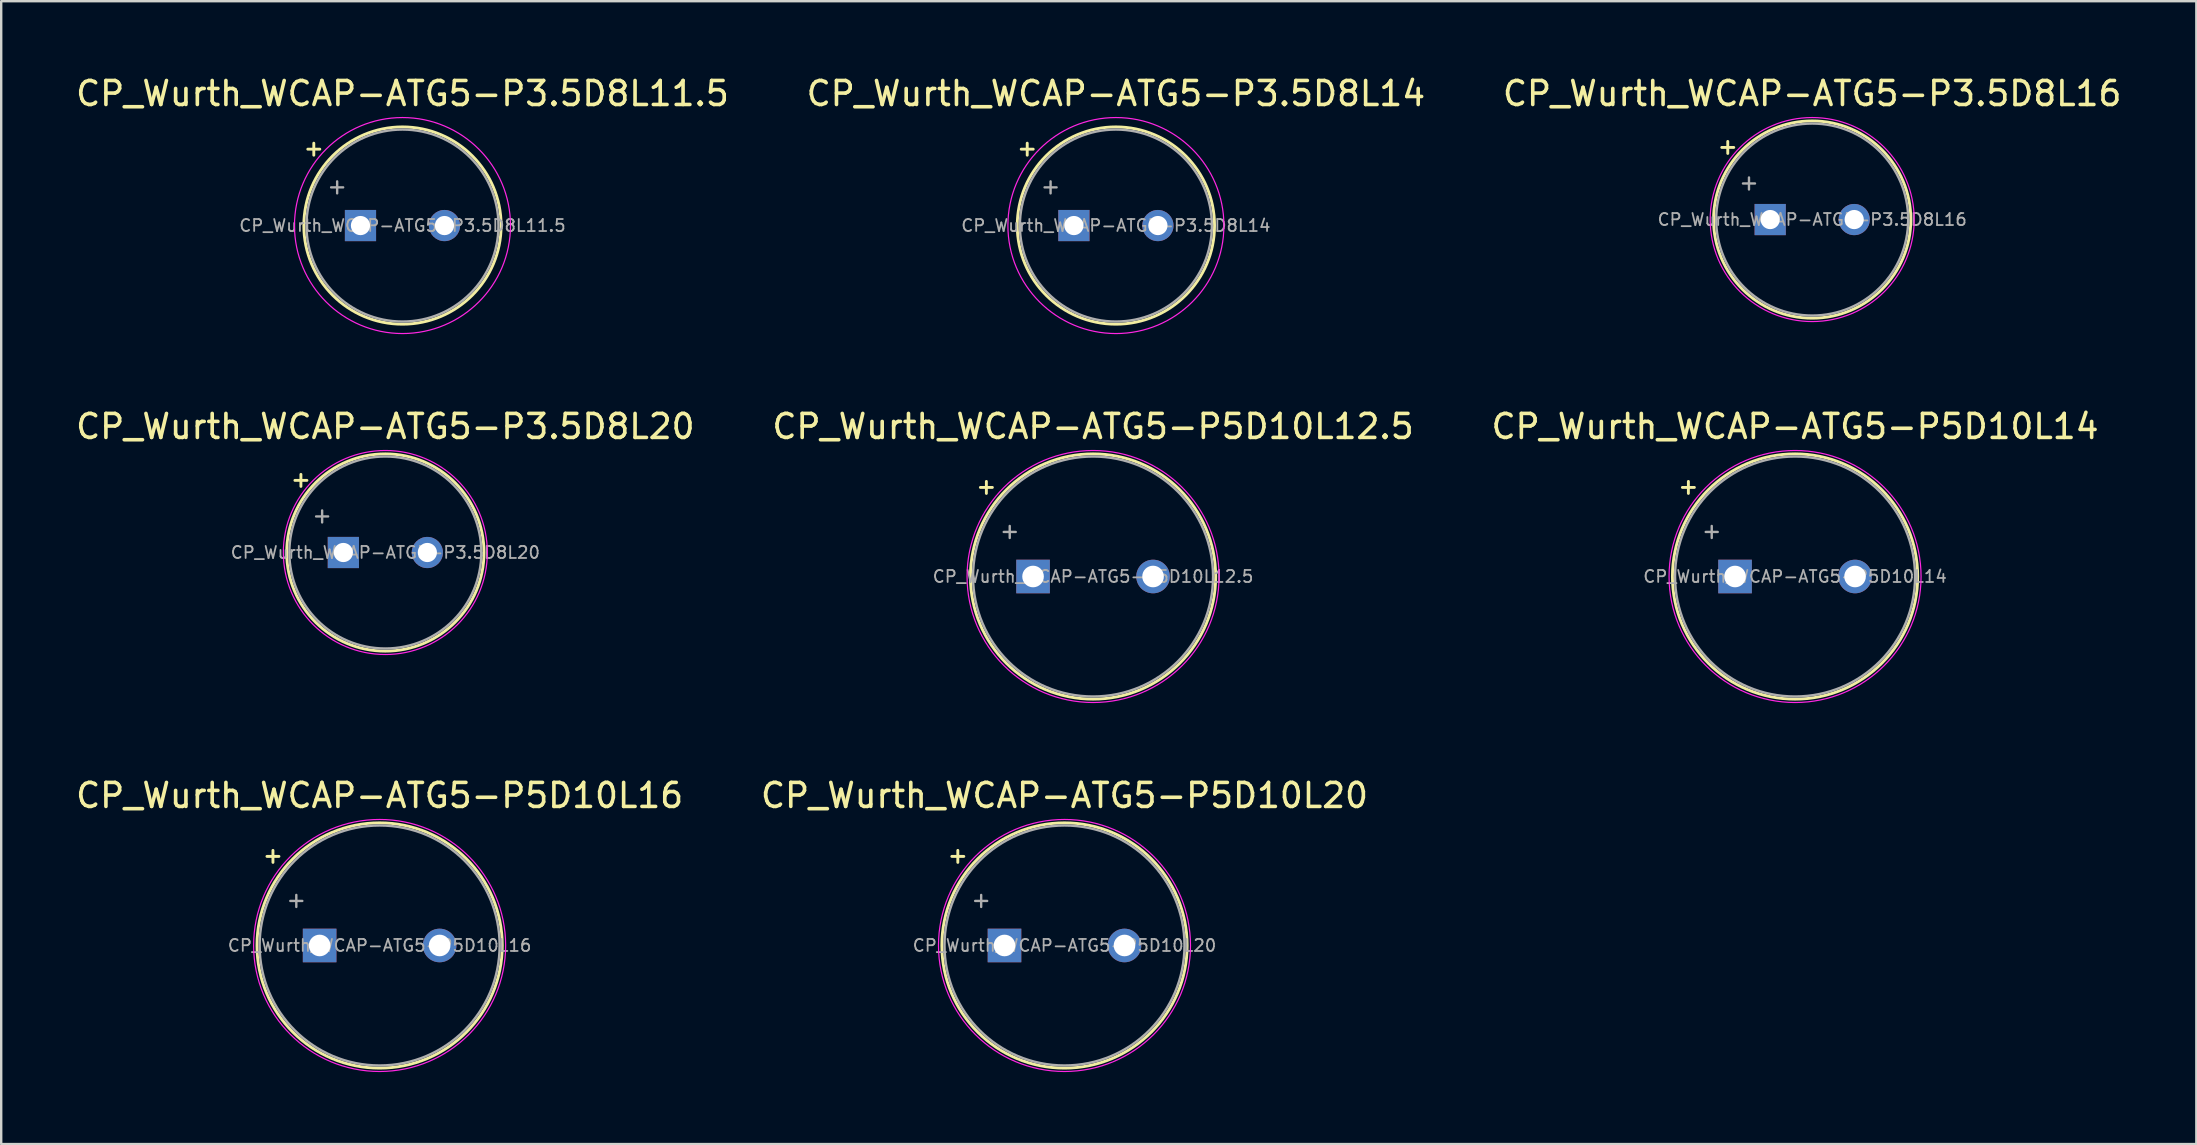
<source format=kicad_pcb>
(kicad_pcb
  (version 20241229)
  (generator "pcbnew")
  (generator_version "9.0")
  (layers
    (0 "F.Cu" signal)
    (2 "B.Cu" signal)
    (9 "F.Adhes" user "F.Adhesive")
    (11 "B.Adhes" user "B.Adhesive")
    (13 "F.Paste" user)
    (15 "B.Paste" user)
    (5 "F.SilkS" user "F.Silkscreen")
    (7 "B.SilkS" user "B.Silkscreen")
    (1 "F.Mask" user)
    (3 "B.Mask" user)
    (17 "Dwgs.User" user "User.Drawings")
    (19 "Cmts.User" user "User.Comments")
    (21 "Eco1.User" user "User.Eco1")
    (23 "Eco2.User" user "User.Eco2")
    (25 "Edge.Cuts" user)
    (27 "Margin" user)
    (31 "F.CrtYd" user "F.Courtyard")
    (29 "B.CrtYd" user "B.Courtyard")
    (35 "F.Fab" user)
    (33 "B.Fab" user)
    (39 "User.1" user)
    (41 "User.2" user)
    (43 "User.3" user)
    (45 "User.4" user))
  (footprint "CP_Wurth_WCAP-ATG5-P5D10L16"
    (layer "F.Cu")
    (at 10.268 36.345)
    (property "Reference" "CP_Wurth_WCAP-ATG5-P5D10L16" (at 2.5 -6.25 0) (unlocked yes) (layer "F.SilkS") (effects (font (size 1 1) (thickness 0.15))))
    (attr through_hole)
    (fp_line (start -2.195 -3.712) (end -1.695 -3.712) (stroke (width 0.12) (type solid)) (layer "F.SilkS"))
    (fp_line (start -1.945 -3.462) (end -1.945 -3.962) (stroke (width 0.12) (type solid)) (layer "F.SilkS"))
    (fp_circle (center 2.5 0) (end 7.61 0) (stroke (width 0.12) (type solid)) (fill no) (layer "F.SilkS"))
    (fp_circle (center 2.5 0) (end 7.75 0) (stroke (width 0.05) (type solid)) (fill no) (layer "F.CrtYd"))
    (fp_line (start -1.222 -1.856) (end -0.722 -1.856) (stroke (width 0.1) (type default)) (layer "F.Fab"))
    (fp_line (start -0.972 -1.606) (end -0.972 -2.106) (stroke (width 0.1) (type default)) (layer "F.Fab"))
    (fp_circle (center 2.5 0) (end 7.5 0) (stroke (width 0.1) (type solid)) (fill no) (layer "F.Fab"))
    (fp_text user "${REFERENCE}" (at 2.5 0 0) (unlocked yes) (layer "F.Fab") (effects (font (size 0.5 0.5) (thickness 0.075))))
    (pad "1" thru_hole rect (at 0 0) (size 1.4 1.4) (drill 0.9) (layers "*.Cu" "*.Mask"))
    (pad "2" thru_hole circle (at 5 0) (size 1.4 1.4) (drill 0.9) (layers "*.Cu" "*.Mask")))
  (footprint "CP_Wurth_WCAP-ATG5-P3.5D8L16"
    (layer "F.Cu")
    (at 70.708 6.098)
    (property "Reference" "CP_Wurth_WCAP-ATG5-P3.5D8L16" (at 1.75 -5.25 0) (unlocked yes) (layer "F.SilkS") (effects (font (size 1 1) (thickness 0.15))))
    (attr through_hole)
    (fp_line (start -2.018 -3.005) (end -1.518 -3.005) (stroke (width 0.12) (type solid)) (layer "F.SilkS"))
    (fp_line (start -1.768 -2.755) (end -1.768 -3.255) (stroke (width 0.12) (type solid)) (layer "F.SilkS"))
    (fp_circle (center 1.75 0) (end 5.86 0) (stroke (width 0.12) (type solid)) (fill no) (layer "F.SilkS"))
    (fp_circle (center 1.75 0) (end 6 0) (stroke (width 0.05) (type solid)) (fill no) (layer "F.CrtYd"))
    (fp_line (start -1.134 -1.503) (end -0.634 -1.503) (stroke (width 0.1) (type default)) (layer "F.Fab"))
    (fp_line (start -0.884 -1.253) (end -0.884 -1.753) (stroke (width 0.1) (type default)) (layer "F.Fab"))
    (fp_circle (center 1.75 0) (end 5.75 0) (stroke (width 0.1) (type solid)) (fill no) (layer "F.Fab"))
    (fp_text user "${REFERENCE}" (at 1.75 0 0) (unlocked yes) (layer "F.Fab") (effects (font (size 0.5 0.5) (thickness 0.075))))
    (pad "1" thru_hole rect (at 0 0) (size 1.3 1.3) (drill 0.8) (layers "*.Cu" "*.Mask"))
    (pad "2" thru_hole circle (at 3.5 0) (size 1.3 1.3) (drill 0.8) (layers "*.Cu" "*.Mask")))
  (footprint "CP_Wurth_WCAP-ATG5-P3.5D8L14"
    (layer "F.Cu")
    (at 41.696 6.348)
    (property "Reference" "CP_Wurth_WCAP-ATG5-P3.5D8L14" (at 1.75 -5.5 0) (unlocked yes) (layer "F.SilkS") (effects (font (size 1 1) (thickness 0.15))))
    (attr through_hole)
    (fp_line (start -2.195 -3.182) (end -1.695 -3.182) (stroke (width 0.12) (type solid)) (layer "F.SilkS"))
    (fp_line (start -1.945 -2.932) (end -1.945 -3.432) (stroke (width 0.12) (type solid)) (layer "F.SilkS"))
    (fp_circle (center 1.75 0) (end 5.86 0) (stroke (width 0.12) (type solid)) (fill no) (layer "F.SilkS"))
    (fp_circle (center 1.75 0) (end 6.25 0) (stroke (width 0.05) (type solid)) (fill no) (layer "F.CrtYd"))
    (fp_line (start -1.222 -1.591) (end -0.722 -1.591) (stroke (width 0.1) (type default)) (layer "F.Fab"))
    (fp_line (start -0.972 -1.341) (end -0.972 -1.841) (stroke (width 0.1) (type default)) (layer "F.Fab"))
    (fp_circle (center 1.75 0) (end 5.75 0) (stroke (width 0.1) (type solid)) (fill no) (layer "F.Fab"))
    (fp_text user "${REFERENCE}" (at 1.75 0 0) (unlocked yes) (layer "F.Fab") (effects (font (size 0.5 0.5) (thickness 0.075))))
    (pad "1" thru_hole rect (at 0 0) (size 1.3 1.3) (drill 0.8) (layers "*.Cu" "*.Mask"))
    (pad "2" thru_hole circle (at 3.5 0) (size 1.3 1.3) (drill 0.8) (layers "*.Cu" "*.Mask")))
  (footprint "CP_Wurth_WCAP-ATG5-P5D10L20"
    (layer "F.Cu")
    (at 38.804 36.345)
    (property "Reference" "CP_Wurth_WCAP-ATG5-P5D10L20" (at 2.5 -6.25 0) (unlocked yes) (layer "F.SilkS") (effects (font (size 1 1) (thickness 0.15))))
    (attr through_hole)
    (fp_line (start -2.195 -3.712) (end -1.695 -3.712) (stroke (width 0.12) (type solid)) (layer "F.SilkS"))
    (fp_line (start -1.945 -3.462) (end -1.945 -3.962) (stroke (width 0.12) (type solid)) (layer "F.SilkS"))
    (fp_circle (center 2.5 0) (end 7.61 0) (stroke (width 0.12) (type solid)) (fill no) (layer "F.SilkS"))
    (fp_circle (center 2.5 0) (end 7.75 0) (stroke (width 0.05) (type solid)) (fill no) (layer "F.CrtYd"))
    (fp_line (start -1.222 -1.856) (end -0.722 -1.856) (stroke (width 0.1) (type default)) (layer "F.Fab"))
    (fp_line (start -0.972 -1.606) (end -0.972 -2.106) (stroke (width 0.1) (type default)) (layer "F.Fab"))
    (fp_circle (center 2.5 0) (end 7.5 0) (stroke (width 0.1) (type solid)) (fill no) (layer "F.Fab"))
    (fp_text user "${REFERENCE}" (at 2.5 0 0) (unlocked yes) (layer "F.Fab") (effects (font (size 0.5 0.5) (thickness 0.075))))
    (pad "1" thru_hole rect (at 0 0) (size 1.4 1.4) (drill 0.9) (layers "*.Cu" "*.Mask"))
    (pad "2" thru_hole circle (at 5 0) (size 1.4 1.4) (drill 0.9) (layers "*.Cu" "*.Mask")))
  (footprint "CP_Wurth_WCAP-ATG5-P5D10L14"
    (layer "F.Cu")
    (at 69.244 20.971)
    (property "Reference" "CP_Wurth_WCAP-ATG5-P5D10L14" (at 2.5 -6.25 0) (unlocked yes) (layer "F.SilkS") (effects (font (size 1 1) (thickness 0.15))))
    (attr through_hole)
    (fp_line (start -2.195 -3.712) (end -1.695 -3.712) (stroke (width 0.12) (type solid)) (layer "F.SilkS"))
    (fp_line (start -1.945 -3.462) (end -1.945 -3.962) (stroke (width 0.12) (type solid)) (layer "F.SilkS"))
    (fp_circle (center 2.5 0) (end 7.61 0) (stroke (width 0.12) (type solid)) (fill no) (layer "F.SilkS"))
    (fp_circle (center 2.5 0) (end 7.75 0) (stroke (width 0.05) (type solid)) (fill no) (layer "F.CrtYd"))
    (fp_line (start -1.222 -1.856) (end -0.722 -1.856) (stroke (width 0.1) (type default)) (layer "F.Fab"))
    (fp_line (start -0.972 -1.606) (end -0.972 -2.106) (stroke (width 0.1) (type default)) (layer "F.Fab"))
    (fp_circle (center 2.5 0) (end 7.5 0) (stroke (width 0.1) (type solid)) (fill no) (layer "F.Fab"))
    (fp_text user "${REFERENCE}" (at 2.5 0 0) (unlocked yes) (layer "F.Fab") (effects (font (size 0.5 0.5) (thickness 0.075))))
    (pad "1" thru_hole rect (at 0 0) (size 1.4 1.4) (drill 0.9) (layers "*.Cu" "*.Mask"))
    (pad "2" thru_hole circle (at 5 0) (size 1.4 1.4) (drill 0.9) (layers "*.Cu" "*.Mask")))
  (footprint "CP_Wurth_WCAP-ATG5-P5D10L12.5"
    (layer "F.Cu")
    (at 39.994 20.971)
    (property "Reference" "CP_Wurth_WCAP-ATG5-P5D10L12.5" (at 2.5 -6.25 0) (unlocked yes) (layer "F.SilkS") (effects (font (size 1 1) (thickness 0.15))))
    (attr through_hole)
    (fp_line (start -2.195 -3.712) (end -1.695 -3.712) (stroke (width 0.12) (type solid)) (layer "F.SilkS"))
    (fp_line (start -1.945 -3.462) (end -1.945 -3.962) (stroke (width 0.12) (type solid)) (layer "F.SilkS"))
    (fp_circle (center 2.5 0) (end 7.61 0) (stroke (width 0.12) (type solid)) (fill no) (layer "F.SilkS"))
    (fp_circle (center 2.5 0) (end 7.75 0) (stroke (width 0.05) (type solid)) (fill no) (layer "F.CrtYd"))
    (fp_line (start -1.222 -1.856) (end -0.722 -1.856) (stroke (width 0.1) (type default)) (layer "F.Fab"))
    (fp_line (start -0.972 -1.606) (end -0.972 -2.106) (stroke (width 0.1) (type default)) (layer "F.Fab"))
    (fp_circle (center 2.5 0) (end 7.5 0) (stroke (width 0.1) (type solid)) (fill no) (layer "F.Fab"))
    (fp_text user "${REFERENCE}" (at 2.5 0 0) (unlocked yes) (layer "F.Fab") (effects (font (size 0.5 0.5) (thickness 0.075))))
    (pad "1" thru_hole rect (at 0 0) (size 1.4 1.4) (drill 0.9) (layers "*.Cu" "*.Mask"))
    (pad "2" thru_hole circle (at 5 0) (size 1.4 1.4) (drill 0.9) (layers "*.Cu" "*.Mask")))
  (footprint "CP_Wurth_WCAP-ATG5-P3.5D8L11.5"
    (layer "F.Cu")
    (at 11.97 6.348)
    (property "Reference" "CP_Wurth_WCAP-ATG5-P3.5D8L11.5" (at 1.75 -5.5 0) (unlocked yes) (layer "F.SilkS") (effects (font (size 1 1) (thickness 0.15))))
    (attr through_hole)
    (fp_line (start -2.195 -3.182) (end -1.695 -3.182) (stroke (width 0.12) (type solid)) (layer "F.SilkS"))
    (fp_line (start -1.945 -2.932) (end -1.945 -3.432) (stroke (width 0.12) (type solid)) (layer "F.SilkS"))
    (fp_circle (center 1.75 0) (end 5.86 0) (stroke (width 0.12) (type solid)) (fill no) (layer "F.SilkS"))
    (fp_circle (center 1.75 0) (end 6.25 0) (stroke (width 0.05) (type solid)) (fill no) (layer "F.CrtYd"))
    (fp_line (start -1.222 -1.591) (end -0.722 -1.591) (stroke (width 0.1) (type default)) (layer "F.Fab"))
    (fp_line (start -0.972 -1.341) (end -0.972 -1.841) (stroke (width 0.1) (type default)) (layer "F.Fab"))
    (fp_circle (center 1.75 0) (end 5.75 0) (stroke (width 0.1) (type solid)) (fill no) (layer "F.Fab"))
    (fp_text user "${REFERENCE}" (at 1.75 0 0) (unlocked yes) (layer "F.Fab") (effects (font (size 0.5 0.5) (thickness 0.075))))
    (pad "1" thru_hole rect (at 0 0) (size 1.3 1.3) (drill 0.8) (layers "*.Cu" "*.Mask"))
    (pad "2" thru_hole circle (at 3.5 0) (size 1.3 1.3) (drill 0.8) (layers "*.Cu" "*.Mask")))
  (footprint "CP_Wurth_WCAP-ATG5-P3.5D8L20"
    (layer "F.Cu")
    (at 11.256 19.971)
    (property "Reference" "CP_Wurth_WCAP-ATG5-P3.5D8L20" (at 1.75 -5.25 0) (unlocked yes) (layer "F.SilkS") (effects (font (size 1 1) (thickness 0.15))))
    (attr through_hole)
    (fp_line (start -2.018 -3.005) (end -1.518 -3.005) (stroke (width 0.12) (type solid)) (layer "F.SilkS"))
    (fp_line (start -1.768 -2.755) (end -1.768 -3.255) (stroke (width 0.12) (type solid)) (layer "F.SilkS"))
    (fp_circle (center 1.75 0) (end 5.86 0) (stroke (width 0.12) (type solid)) (fill no) (layer "F.SilkS"))
    (fp_circle (center 1.75 0) (end 6 0) (stroke (width 0.05) (type solid)) (fill no) (layer "F.CrtYd"))
    (fp_line (start -1.134 -1.503) (end -0.634 -1.503) (stroke (width 0.1) (type default)) (layer "F.Fab"))
    (fp_line (start -0.884 -1.253) (end -0.884 -1.753) (stroke (width 0.1) (type default)) (layer "F.Fab"))
    (fp_circle (center 1.75 0) (end 5.75 0) (stroke (width 0.1) (type solid)) (fill no) (layer "F.Fab"))
    (fp_text user "${REFERENCE}" (at 1.75 0 0) (unlocked yes) (layer "F.Fab") (effects (font (size 0.5 0.5) (thickness 0.075))))
    (pad "1" thru_hole rect (at 0 0) (size 1.3 1.3) (drill 0.8) (layers "*.Cu" "*.Mask"))
    (pad "2" thru_hole circle (at 3.5 0) (size 1.3 1.3) (drill 0.8) (layers "*.Cu" "*.Mask")))
  (gr_rect
    (start -3 -3)
    (end 88.464 44.62)
    (stroke (width 0.1) (type default))
    (fill no)
    (layer "Edge.Cuts")))
</source>
